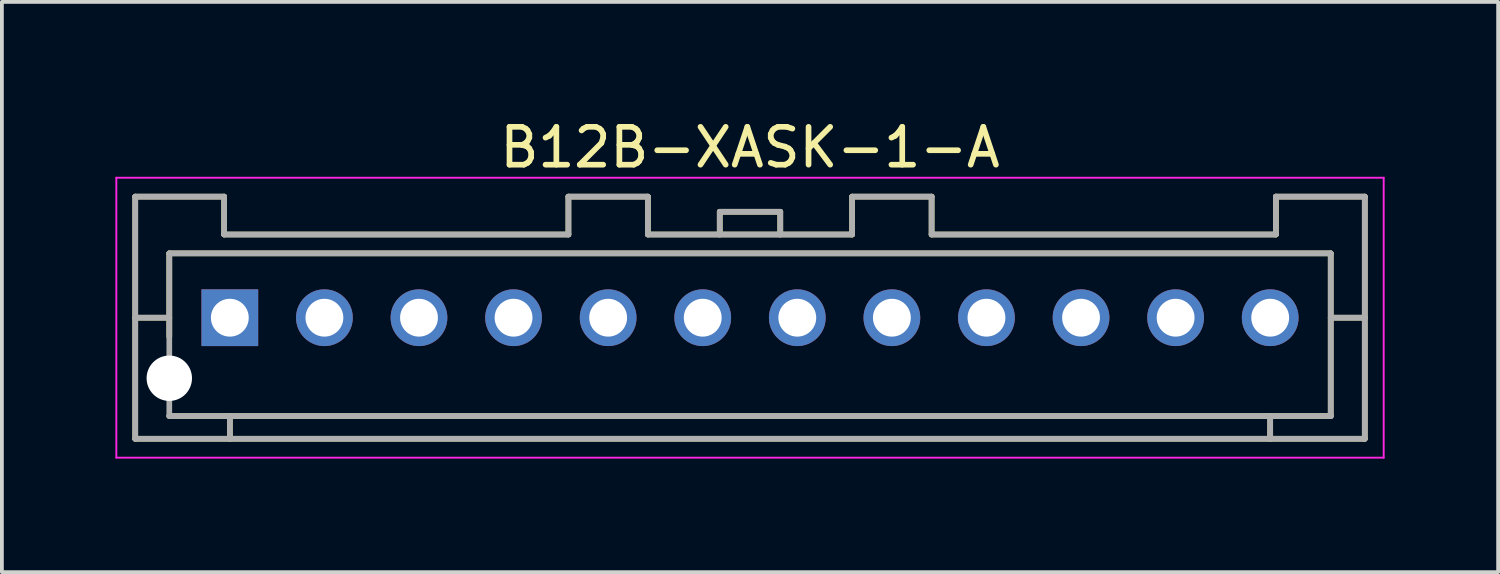
<source format=kicad_pcb>
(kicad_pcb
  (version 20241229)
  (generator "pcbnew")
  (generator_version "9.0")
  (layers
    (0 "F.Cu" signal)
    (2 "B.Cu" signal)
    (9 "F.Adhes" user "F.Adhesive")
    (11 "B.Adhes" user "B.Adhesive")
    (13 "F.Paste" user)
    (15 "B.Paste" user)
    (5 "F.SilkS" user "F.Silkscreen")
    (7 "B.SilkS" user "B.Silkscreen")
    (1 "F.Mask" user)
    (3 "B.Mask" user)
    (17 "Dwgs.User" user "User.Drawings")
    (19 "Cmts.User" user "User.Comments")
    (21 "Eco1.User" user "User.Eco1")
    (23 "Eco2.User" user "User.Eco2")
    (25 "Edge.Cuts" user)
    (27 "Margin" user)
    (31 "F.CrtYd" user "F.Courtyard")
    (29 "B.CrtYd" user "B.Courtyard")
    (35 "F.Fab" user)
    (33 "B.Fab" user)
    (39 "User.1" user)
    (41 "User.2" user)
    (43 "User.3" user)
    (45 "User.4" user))
  (footprint "B12B-XASK-1-A"
    (layer "F.Cu")
    (at 16.775 5.348)
    (property "Reference" "B12B-XASK-1-A" (at 0 -4.5 0) (layer "F.SilkS") (effects (font (size 1 1) (thickness 0.15))))
    (attr smd)
    (fp_line (start -16.25 -3.2) (end -16.25 3.2) (stroke (width 0.15) (type solid)) (layer "F.SilkS"))
    (fp_line (start -16.25 -3.2) (end -13.9 -3.2) (stroke (width 0.15) (type solid)) (layer "F.SilkS"))
    (fp_line (start -16.25 0) (end -15.35 0) (stroke (width 0.15) (type solid)) (layer "F.SilkS"))
    (fp_line (start -16.25 3.2) (end 16.25 3.2) (stroke (width 0.15) (type solid)) (layer "F.SilkS"))
    (fp_line (start -15.35 -1.7) (end -15.35 0.5) (stroke (width 0.15) (type solid)) (layer "F.SilkS"))
    (fp_line (start -15.35 -1.7) (end 15.35 -1.7) (stroke (width 0.15) (type solid)) (layer "F.SilkS"))
    (fp_line (start -15.35 2.6) (end 15.35 2.6) (stroke (width 0.15) (type solid)) (layer "F.SilkS"))
    (fp_line (start -13.9 -3.2) (end -13.9 -2.2) (stroke (width 0.15) (type solid)) (layer "F.SilkS"))
    (fp_line (start -13.9 -2.2) (end -4.8 -2.2) (stroke (width 0.15) (type solid)) (layer "F.SilkS"))
    (fp_line (start -13.75 2.6) (end -13.75 3.2) (stroke (width 0.15) (type solid)) (layer "F.SilkS"))
    (fp_line (start -4.8 -3.2) (end -4.8 -2.2) (stroke (width 0.15) (type solid)) (layer "F.SilkS"))
    (fp_line (start -4.8 -3.2) (end -2.7 -3.2) (stroke (width 0.15) (type solid)) (layer "F.SilkS"))
    (fp_line (start -2.7 -3.2) (end -2.7 -2.2) (stroke (width 0.15) (type solid)) (layer "F.SilkS"))
    (fp_line (start -2.7 -2.2) (end 2.7 -2.2) (stroke (width 0.15) (type solid)) (layer "F.SilkS"))
    (fp_line (start -0.8 -2.8) (end -0.8 -2.2) (stroke (width 0.15) (type solid)) (layer "F.SilkS"))
    (fp_line (start -0.8 -2.8) (end 0.8 -2.8) (stroke (width 0.15) (type solid)) (layer "F.SilkS"))
    (fp_line (start 0.8 -2.8) (end 0.8 -2.2) (stroke (width 0.15) (type solid)) (layer "F.SilkS"))
    (fp_line (start 2.7 -3.2) (end 2.7 -2.2) (stroke (width 0.15) (type solid)) (layer "F.SilkS"))
    (fp_line (start 2.7 -3.2) (end 4.8 -3.2) (stroke (width 0.15) (type solid)) (layer "F.SilkS"))
    (fp_line (start 4.8 -3.2) (end 4.8 -2.2) (stroke (width 0.15) (type solid)) (layer "F.SilkS"))
    (fp_line (start 4.8 -2.2) (end 13.9 -2.2) (stroke (width 0.15) (type solid)) (layer "F.SilkS"))
    (fp_line (start 13.75 2.6) (end 13.75 3.2) (stroke (width 0.15) (type solid)) (layer "F.SilkS"))
    (fp_line (start 13.9 -3.2) (end 13.9 -2.2) (stroke (width 0.15) (type solid)) (layer "F.SilkS"))
    (fp_line (start 13.9 -3.2) (end 16.25 -3.2) (stroke (width 0.15) (type solid)) (layer "F.SilkS"))
    (fp_line (start 15.35 -1.7) (end 15.35 2.6) (stroke (width 0.15) (type solid)) (layer "F.SilkS"))
    (fp_line (start 15.35 0) (end 16.25 0) (stroke (width 0.15) (type solid)) (layer "F.SilkS"))
    (fp_line (start 16.25 -3.2) (end 16.25 3.2) (stroke (width 0.15) (type solid)) (layer "F.SilkS"))
    (fp_line (start -16.75 -3.7) (end -16.75 3.7) (stroke (width 0.05) (type solid)) (layer "F.CrtYd"))
    (fp_line (start -16.75 -3.7) (end 16.75 -3.7) (stroke (width 0.05) (type solid)) (layer "F.CrtYd"))
    (fp_line (start -16.75 3.7) (end 16.75 3.7) (stroke (width 0.05) (type solid)) (layer "F.CrtYd"))
    (fp_line (start 16.75 -3.7) (end 16.75 3.7) (stroke (width 0.05) (type solid)) (layer "F.CrtYd"))
    (fp_line (start -16.25 -3.2) (end -16.25 3.2) (stroke (width 0.15) (type solid)) (layer "F.Fab"))
    (fp_line (start -16.25 -3.2) (end -13.9 -3.2) (stroke (width 0.15) (type solid)) (layer "F.Fab"))
    (fp_line (start -16.25 0) (end -15.35 0) (stroke (width 0.15) (type solid)) (layer "F.Fab"))
    (fp_line (start -16.25 3.2) (end 16.25 3.2) (stroke (width 0.15) (type solid)) (layer "F.Fab"))
    (fp_line (start -15.35 -1.7) (end -15.35 2.6) (stroke (width 0.15) (type solid)) (layer "F.Fab"))
    (fp_line (start -15.35 -1.7) (end 15.35 -1.7) (stroke (width 0.15) (type solid)) (layer "F.Fab"))
    (fp_line (start -15.35 2.6) (end 15.35 2.6) (stroke (width 0.15) (type solid)) (layer "F.Fab"))
    (fp_line (start -13.9 -3.2) (end -13.9 -2.2) (stroke (width 0.15) (type solid)) (layer "F.Fab"))
    (fp_line (start -13.9 -2.2) (end -4.8 -2.2) (stroke (width 0.15) (type solid)) (layer "F.Fab"))
    (fp_line (start -13.75 2.6) (end -13.75 3.2) (stroke (width 0.15) (type solid)) (layer "F.Fab"))
    (fp_line (start -4.8 -3.2) (end -4.8 -2.2) (stroke (width 0.15) (type solid)) (layer "F.Fab"))
    (fp_line (start -4.8 -3.2) (end -2.7 -3.2) (stroke (width 0.15) (type solid)) (layer "F.Fab"))
    (fp_line (start -2.7 -3.2) (end -2.7 -2.2) (stroke (width 0.15) (type solid)) (layer "F.Fab"))
    (fp_line (start -2.7 -2.2) (end 2.7 -2.2) (stroke (width 0.15) (type solid)) (layer "F.Fab"))
    (fp_line (start -0.8 -2.8) (end -0.8 -2.2) (stroke (width 0.15) (type solid)) (layer "F.Fab"))
    (fp_line (start -0.8 -2.8) (end 0.8 -2.8) (stroke (width 0.15) (type solid)) (layer "F.Fab"))
    (fp_line (start 0.8 -2.8) (end 0.8 -2.2) (stroke (width 0.15) (type solid)) (layer "F.Fab"))
    (fp_line (start 2.7 -3.2) (end 2.7 -2.2) (stroke (width 0.15) (type solid)) (layer "F.Fab"))
    (fp_line (start 2.7 -3.2) (end 4.8 -3.2) (stroke (width 0.15) (type solid)) (layer "F.Fab"))
    (fp_line (start 4.8 -3.2) (end 4.8 -2.2) (stroke (width 0.15) (type solid)) (layer "F.Fab"))
    (fp_line (start 4.8 -2.2) (end 13.9 -2.2) (stroke (width 0.15) (type solid)) (layer "F.Fab"))
    (fp_line (start 13.75 2.6) (end 13.75 3.2) (stroke (width 0.15) (type solid)) (layer "F.Fab"))
    (fp_line (start 13.9 -3.2) (end 13.9 -2.2) (stroke (width 0.15) (type solid)) (layer "F.Fab"))
    (fp_line (start 13.9 -3.2) (end 16.25 -3.2) (stroke (width 0.15) (type solid)) (layer "F.Fab"))
    (fp_line (start 15.35 -1.7) (end 15.35 2.6) (stroke (width 0.15) (type solid)) (layer "F.Fab"))
    (fp_line (start 15.35 0) (end 16.25 0) (stroke (width 0.15) (type solid)) (layer "F.Fab"))
    (fp_line (start 16.25 -3.2) (end 16.25 3.2) (stroke (width 0.15) (type solid)) (layer "F.Fab"))
    (pad "" np_thru_hole circle (at -15.35 1.6) (size 1.2 1.2) (drill 1.2) (layers "*.Cu" "*.Mask"))
    (pad "1" thru_hole rect (at -13.75 0) (size 1.5 1.5) (drill 1) (layers "*.Cu" "*.Mask"))
    (pad "2" thru_hole circle (at -11.25 0) (size 1.5 1.5) (drill 1) (layers "*.Cu" "*.Mask"))
    (pad "3" thru_hole circle (at -8.75 0) (size 1.5 1.5) (drill 1) (layers "*.Cu" "*.Mask"))
    (pad "4" thru_hole circle (at -6.25 0) (size 1.5 1.5) (drill 1) (layers "*.Cu" "*.Mask"))
    (pad "5" thru_hole circle (at -3.75 0) (size 1.5 1.5) (drill 1) (layers "*.Cu" "*.Mask"))
    (pad "6" thru_hole circle (at -1.25 0) (size 1.5 1.5) (drill 1) (layers "*.Cu" "*.Mask"))
    (pad "7" thru_hole circle (at 1.25 0) (size 1.5 1.5) (drill 1) (layers "*.Cu" "*.Mask"))
    (pad "8" thru_hole circle (at 3.75 0) (size 1.5 1.5) (drill 1) (layers "*.Cu" "*.Mask"))
    (pad "9" thru_hole circle (at 6.25 0) (size 1.5 1.5) (drill 1) (layers "*.Cu" "*.Mask"))
    (pad "10" thru_hole circle (at 8.75 0) (size 1.5 1.5) (drill 1) (layers "*.Cu" "*.Mask"))
    (pad "11" thru_hole circle (at 11.25 0) (size 1.5 1.5) (drill 1) (layers "*.Cu" "*.Mask"))
    (pad "12" thru_hole circle (at 13.75 0) (size 1.5 1.5) (drill 1) (layers "*.Cu" "*.Mask")))
  (gr_rect
    (start -3 -3)
    (end 36.55 12.073)
    (stroke (width 0.1) (type default))
    (fill no)
    (layer "Edge.Cuts")))
</source>
